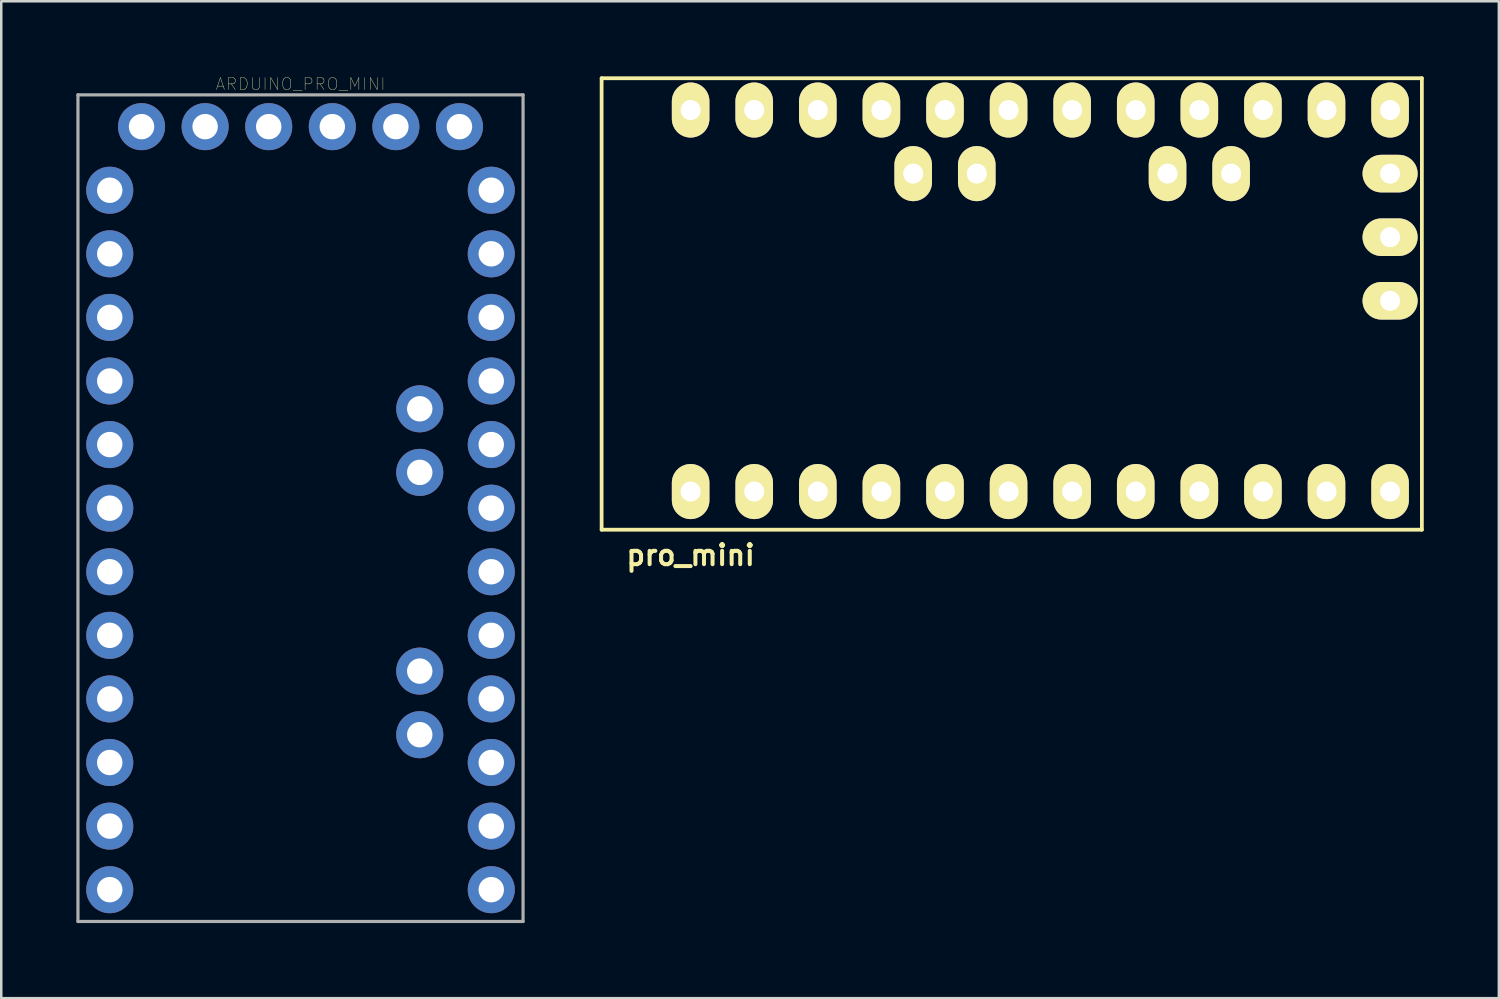
<source format=kicad_pcb>
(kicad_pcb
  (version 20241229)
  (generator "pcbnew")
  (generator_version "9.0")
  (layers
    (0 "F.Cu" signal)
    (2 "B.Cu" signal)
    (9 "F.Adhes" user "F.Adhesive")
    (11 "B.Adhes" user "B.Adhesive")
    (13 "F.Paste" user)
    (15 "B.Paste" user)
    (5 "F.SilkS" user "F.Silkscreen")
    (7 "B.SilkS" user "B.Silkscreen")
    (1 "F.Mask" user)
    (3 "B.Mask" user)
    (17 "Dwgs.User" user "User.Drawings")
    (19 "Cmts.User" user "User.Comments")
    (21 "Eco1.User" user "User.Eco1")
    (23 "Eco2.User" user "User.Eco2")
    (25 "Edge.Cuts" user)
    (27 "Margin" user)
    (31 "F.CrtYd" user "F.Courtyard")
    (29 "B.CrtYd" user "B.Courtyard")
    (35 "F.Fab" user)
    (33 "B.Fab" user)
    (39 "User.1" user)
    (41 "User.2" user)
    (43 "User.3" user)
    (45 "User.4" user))
  (footprint "ARDUINO_PRO_MINI"
    (layer "F.Cu")
    (at 8.954 17.249)
    (property "Reference" "ARDUINO_PRO_MINI" (at 0 -16.942 0) (layer "F.SilkS") (effects (font (size 0.48 0.48) (thickness 0.015))))
    (attr through_hole)
    (fp_line (start -8.89 -16.51) (end -8.89 16.51) (stroke (width 0.127) (type solid)) (layer "F.Fab"))
    (fp_line (start -8.89 16.51) (end 8.89 16.51) (stroke (width 0.127) (type solid)) (layer "F.Fab"))
    (fp_line (start 8.89 -16.51) (end -8.89 -16.51) (stroke (width 0.127) (type solid)) (layer "F.Fab"))
    (fp_line (start 8.89 16.51) (end 8.89 -16.51) (stroke (width 0.127) (type solid)) (layer "F.Fab"))
    (pad "1" thru_hole circle (at -7.62 -12.7) (size 1.88 1.88) (drill 1.016) (layers "*.Cu" "*.Mask"))
    (pad "2" thru_hole circle (at -7.62 -10.16) (size 1.88 1.88) (drill 1.016) (layers "*.Cu" "*.Mask"))
    (pad "3" thru_hole circle (at -7.62 -7.62) (size 1.88 1.88) (drill 1.016) (layers "*.Cu" "*.Mask"))
    (pad "4" thru_hole circle (at -7.62 -5.08) (size 1.88 1.88) (drill 1.016) (layers "*.Cu" "*.Mask"))
    (pad "5" thru_hole circle (at -7.62 -2.54) (size 1.88 1.88) (drill 1.016) (layers "*.Cu" "*.Mask"))
    (pad "6" thru_hole circle (at -7.62 0) (size 1.88 1.88) (drill 1.016) (layers "*.Cu" "*.Mask"))
    (pad "7" thru_hole circle (at -7.62 2.54) (size 1.88 1.88) (drill 1.016) (layers "*.Cu" "*.Mask"))
    (pad "8" thru_hole circle (at -7.62 5.08) (size 1.88 1.88) (drill 1.016) (layers "*.Cu" "*.Mask"))
    (pad "9" thru_hole circle (at -7.62 7.62) (size 1.88 1.88) (drill 1.016) (layers "*.Cu" "*.Mask"))
    (pad "10" thru_hole circle (at -7.62 10.16) (size 1.88 1.88) (drill 1.016) (layers "*.Cu" "*.Mask"))
    (pad "11" thru_hole circle (at -7.62 12.7) (size 1.88 1.88) (drill 1.016) (layers "*.Cu" "*.Mask"))
    (pad "12" thru_hole circle (at -7.62 15.24) (size 1.88 1.88) (drill 1.016) (layers "*.Cu" "*.Mask"))
    (pad "13" thru_hole circle (at 7.62 15.24) (size 1.88 1.88) (drill 1.016) (layers "*.Cu" "*.Mask"))
    (pad "14" thru_hole circle (at 7.62 12.7) (size 1.88 1.88) (drill 1.016) (layers "*.Cu" "*.Mask"))
    (pad "15" thru_hole circle (at 7.62 10.16) (size 1.88 1.88) (drill 1.016) (layers "*.Cu" "*.Mask"))
    (pad "16" thru_hole circle (at 7.62 7.62) (size 1.88 1.88) (drill 1.016) (layers "*.Cu" "*.Mask"))
    (pad "17" thru_hole circle (at 7.62 5.08) (size 1.88 1.88) (drill 1.016) (layers "*.Cu" "*.Mask"))
    (pad "18" thru_hole circle (at 7.62 2.54) (size 1.88 1.88) (drill 1.016) (layers "*.Cu" "*.Mask"))
    (pad "19" thru_hole circle (at 7.62 0) (size 1.88 1.88) (drill 1.016) (layers "*.Cu" "*.Mask"))
    (pad "20" thru_hole circle (at 7.62 -2.54) (size 1.88 1.88) (drill 1.016) (layers "*.Cu" "*.Mask"))
    (pad "21" thru_hole circle (at 7.62 -5.08) (size 1.88 1.88) (drill 1.016) (layers "*.Cu" "*.Mask"))
    (pad "22" thru_hole circle (at 7.62 -7.62) (size 1.88 1.88) (drill 1.016) (layers "*.Cu" "*.Mask"))
    (pad "23" thru_hole circle (at 7.62 -10.16) (size 1.88 1.88) (drill 1.016) (layers "*.Cu" "*.Mask"))
    (pad "24" thru_hole circle (at 7.62 -12.7) (size 1.88 1.88) (drill 1.016) (layers "*.Cu" "*.Mask"))
    (pad "A4" thru_hole circle (at 4.763 -1.429) (size 1.88 1.88) (drill 1.016) (layers "*.Cu" "*.Mask"))
    (pad "A5" thru_hole circle (at 4.763 -3.969) (size 1.88 1.88) (drill 1.016) (layers "*.Cu" "*.Mask"))
    (pad "A6" thru_hole circle (at 4.763 9.049) (size 1.88 1.88) (drill 1.016) (layers "*.Cu" "*.Mask"))
    (pad "A7" thru_hole circle (at 4.763 6.509) (size 1.88 1.88) (drill 1.016) (layers "*.Cu" "*.Mask"))
    (pad "BLK" thru_hole circle (at -6.35 -15.24) (size 1.88 1.88) (drill 1.016) (layers "*.Cu" "*.Mask"))
    (pad "GND" thru_hole circle (at -3.81 -15.24) (size 1.88 1.88) (drill 1.016) (layers "*.Cu" "*.Mask"))
    (pad "GRN" thru_hole circle (at 6.35 -15.24) (size 1.88 1.88) (drill 1.016) (layers "*.Cu" "*.Mask"))
    (pad "RXI" thru_hole circle (at 1.27 -15.24) (size 1.88 1.88) (drill 1.016) (layers "*.Cu" "*.Mask"))
    (pad "TXO" thru_hole circle (at 3.81 -15.24) (size 1.88 1.88) (drill 1.016) (layers "*.Cu" "*.Mask"))
    (pad "VCC" thru_hole circle (at -1.27 -15.24) (size 1.88 1.88) (drill 1.016) (layers "*.Cu" "*.Mask")))
  (footprint "pro_mini"
    (layer "F.Cu")
    (at 38.508 8.965)
    (property "Reference" "pro_mini" (at -13.97 10.16 0) (layer "F.SilkS") (effects (font (size 0.8 0.8) (thickness 0.16))))
    (attr through_hole)
    (fp_line (start -17.526 -8.89) (end -17.526 9.144) (stroke (width 0.15) (type solid)) (layer "F.SilkS"))
    (fp_line (start -17.526 -8.89) (end 15.24 -8.89) (stroke (width 0.15) (type solid)) (layer "F.SilkS"))
    (fp_line (start 15.24 9.144) (end -17.526 9.144) (stroke (width 0.15) (type solid)) (layer "F.SilkS"))
    (fp_line (start 15.24 9.144) (end 15.24 -8.89) (stroke (width 0.15) (type solid)) (layer "F.SilkS"))
    (pad "1" thru_hole oval (at -13.97 7.62) (size 1.501 2.2) (drill 0.8) (layers "*.Cu" "*.Mask" "F.SilkS"))
    (pad "2" thru_hole oval (at -11.43 7.62) (size 1.501 2.2) (drill 0.8) (layers "*.Cu" "*.Mask" "F.SilkS"))
    (pad "3" thru_hole oval (at -8.89 7.62) (size 1.501 2.2) (drill 0.8) (layers "*.Cu" "*.Mask" "F.SilkS"))
    (pad "4" thru_hole oval (at -6.35 7.62) (size 1.501 2.2) (drill 0.8) (layers "*.Cu" "*.Mask" "F.SilkS"))
    (pad "5" thru_hole oval (at -3.81 7.62) (size 1.501 2.2) (drill 0.8) (layers "*.Cu" "*.Mask" "F.SilkS"))
    (pad "6" thru_hole oval (at -1.27 7.62) (size 1.501 2.2) (drill 0.8) (layers "*.Cu" "*.Mask" "F.SilkS"))
    (pad "7" thru_hole oval (at 1.27 7.62) (size 1.501 2.2) (drill 0.8) (layers "*.Cu" "*.Mask" "F.SilkS"))
    (pad "8" thru_hole oval (at 3.81 7.62) (size 1.501 2.2) (drill 0.8) (layers "*.Cu" "*.Mask" "F.SilkS"))
    (pad "9" thru_hole oval (at 6.35 7.62) (size 1.501 2.2) (drill 0.8) (layers "*.Cu" "*.Mask" "F.SilkS"))
    (pad "10" thru_hole oval (at 8.89 7.62) (size 1.501 2.2) (drill 0.8) (layers "*.Cu" "*.Mask" "F.SilkS"))
    (pad "11" thru_hole oval (at 11.43 7.62) (size 1.501 2.2) (drill 0.8) (layers "*.Cu" "*.Mask" "F.SilkS"))
    (pad "12" thru_hole oval (at 13.97 7.62) (size 1.501 2.2) (drill 0.8) (layers "*.Cu" "*.Mask" "F.SilkS"))
    (pad "13" thru_hole oval (at 13.97 -7.62) (size 1.501 2.2) (drill 0.8) (layers "*.Cu" "*.Mask" "F.SilkS"))
    (pad "14" thru_hole oval (at 11.43 -7.62) (size 1.501 2.2) (drill 0.8) (layers "*.Cu" "*.Mask" "F.SilkS"))
    (pad "15" thru_hole oval (at 8.89 -7.62) (size 1.501 2.2) (drill 0.8) (layers "*.Cu" "*.Mask" "F.SilkS"))
    (pad "16" thru_hole oval (at 6.35 -7.62) (size 1.501 2.2) (drill 0.8) (layers "*.Cu" "*.Mask" "F.SilkS"))
    (pad "17" thru_hole oval (at 3.81 -7.62) (size 1.501 2.2) (drill 0.8) (layers "*.Cu" "*.Mask" "F.SilkS"))
    (pad "18" thru_hole oval (at 1.27 -7.62) (size 1.501 2.2) (drill 0.8) (layers "*.Cu" "*.Mask" "F.SilkS"))
    (pad "19" thru_hole oval (at -1.27 -7.62) (size 1.501 2.2) (drill 0.8) (layers "*.Cu" "*.Mask" "F.SilkS"))
    (pad "20" thru_hole oval (at -3.81 -7.62) (size 1.501 2.2) (drill 0.8) (layers "*.Cu" "*.Mask" "F.SilkS"))
    (pad "21" thru_hole oval (at -6.35 -7.62) (size 1.501 2.2) (drill 0.8) (layers "*.Cu" "*.Mask" "F.SilkS"))
    (pad "22" thru_hole oval (at -8.89 -7.62) (size 1.501 2.2) (drill 0.8) (layers "*.Cu" "*.Mask" "F.SilkS"))
    (pad "23" thru_hole oval (at -11.43 -7.62) (size 1.501 2.2) (drill 0.8) (layers "*.Cu" "*.Mask" "F.SilkS"))
    (pad "24" thru_hole oval (at -13.97 -7.62) (size 1.501 2.2) (drill 0.8) (layers "*.Cu" "*.Mask" "F.SilkS"))
    (pad "25" thru_hole oval (at -2.54 -5.08) (size 1.501 2.2) (drill 0.8) (layers "*.Cu" "*.Mask" "F.SilkS"))
    (pad "26" thru_hole oval (at -5.08 -5.08) (size 1.501 2.2) (drill 0.8) (layers "*.Cu" "*.Mask" "F.SilkS"))
    (pad "27" thru_hole oval (at 7.62 -5.08) (size 1.501 2.2) (drill 0.8) (layers "*.Cu" "*.Mask" "F.SilkS"))
    (pad "27" thru_hole oval (at 13.97 -5.08) (size 2.2 1.501) (drill 0.8) (layers "*.Cu" "*.Mask" "F.SilkS"))
    (pad "28" thru_hole oval (at 5.08 -5.08) (size 1.501 2.2) (drill 0.8) (layers "*.Cu" "*.Mask" "F.SilkS"))
    (pad "28" thru_hole oval (at 13.97 -2.54) (size 2.2 1.501) (drill 0.8) (layers "*.Cu" "*.Mask" "F.SilkS"))
    (pad "29" thru_hole oval (at 13.97 0) (size 2.2 1.501) (drill 0.8) (layers "*.Cu" "*.Mask" "F.SilkS")))
  (gr_rect
    (start -3 -3)
    (end 56.823 36.822)
    (stroke (width 0.1) (type default))
    (fill no)
    (layer "Edge.Cuts")))
</source>
